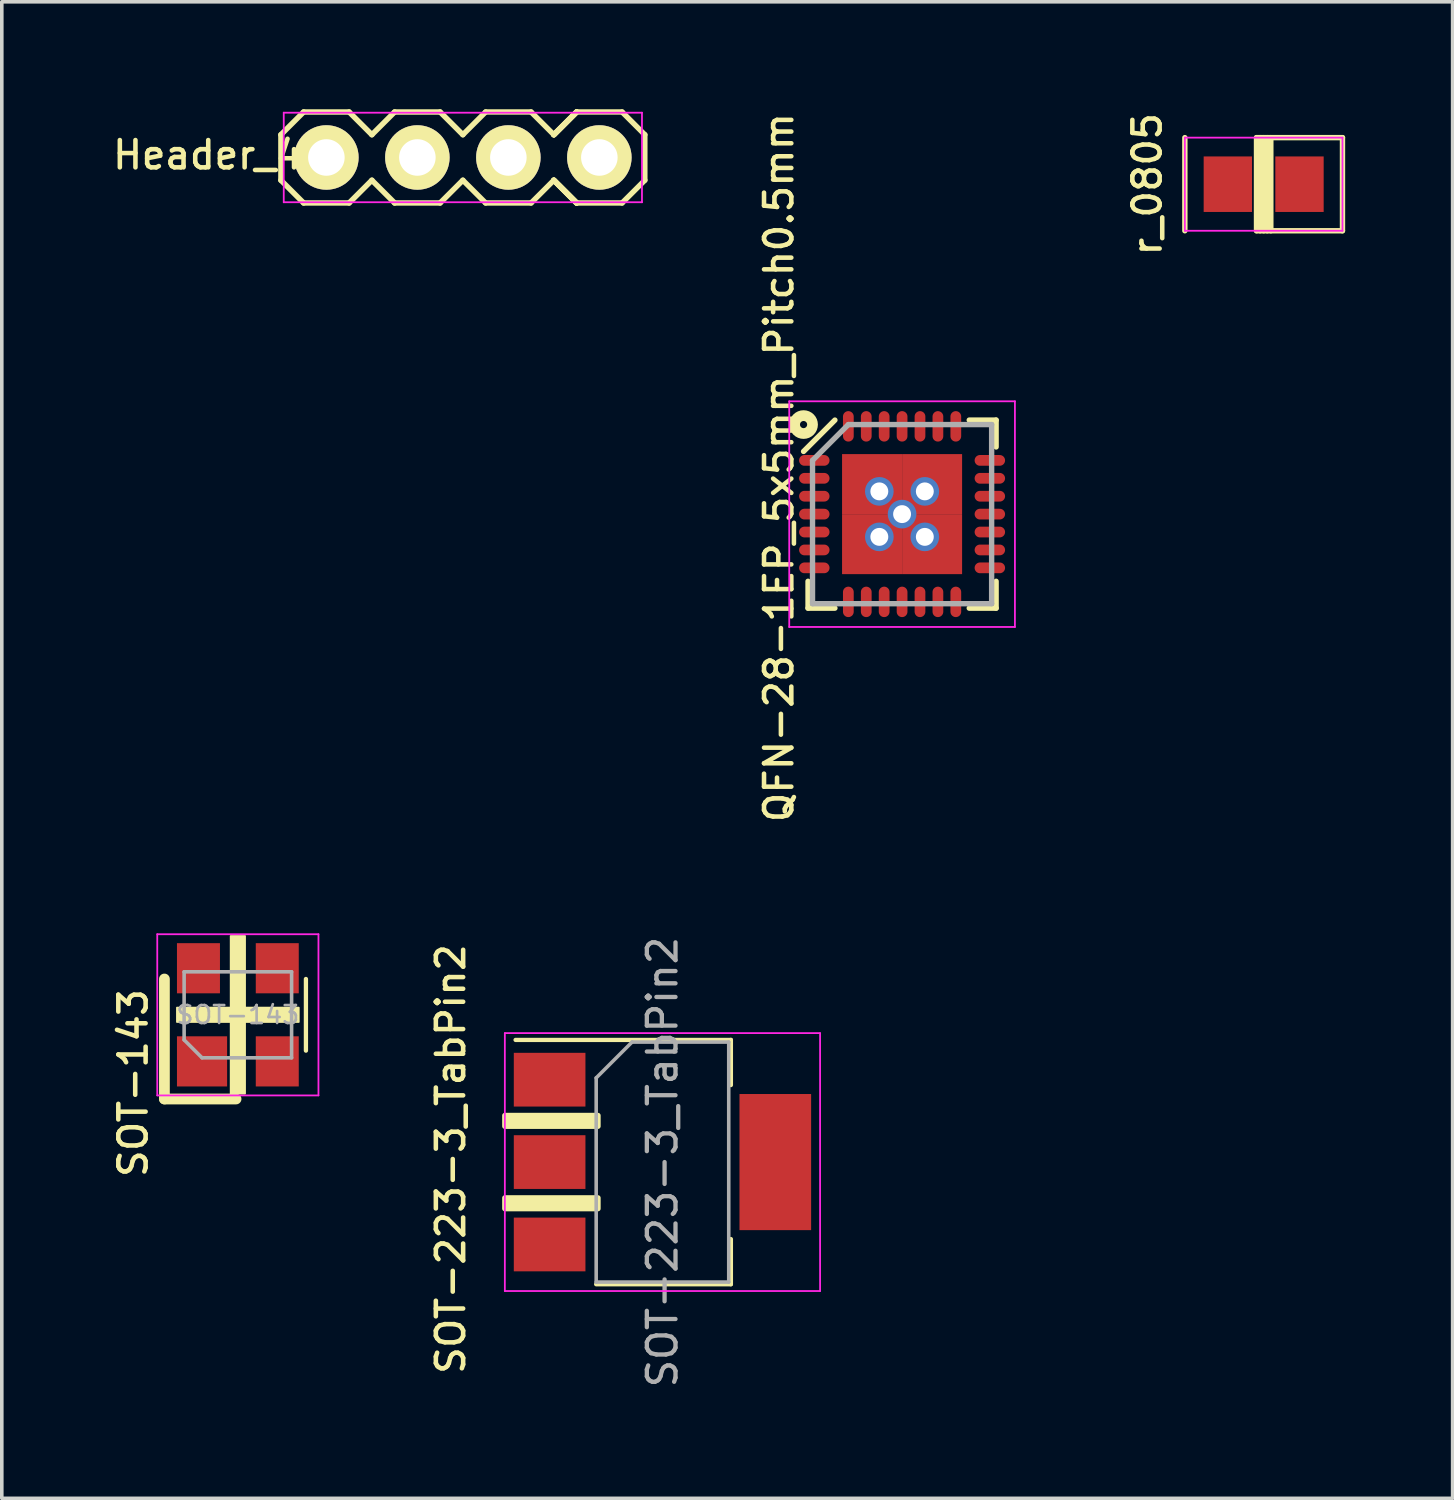
<source format=kicad_pcb>
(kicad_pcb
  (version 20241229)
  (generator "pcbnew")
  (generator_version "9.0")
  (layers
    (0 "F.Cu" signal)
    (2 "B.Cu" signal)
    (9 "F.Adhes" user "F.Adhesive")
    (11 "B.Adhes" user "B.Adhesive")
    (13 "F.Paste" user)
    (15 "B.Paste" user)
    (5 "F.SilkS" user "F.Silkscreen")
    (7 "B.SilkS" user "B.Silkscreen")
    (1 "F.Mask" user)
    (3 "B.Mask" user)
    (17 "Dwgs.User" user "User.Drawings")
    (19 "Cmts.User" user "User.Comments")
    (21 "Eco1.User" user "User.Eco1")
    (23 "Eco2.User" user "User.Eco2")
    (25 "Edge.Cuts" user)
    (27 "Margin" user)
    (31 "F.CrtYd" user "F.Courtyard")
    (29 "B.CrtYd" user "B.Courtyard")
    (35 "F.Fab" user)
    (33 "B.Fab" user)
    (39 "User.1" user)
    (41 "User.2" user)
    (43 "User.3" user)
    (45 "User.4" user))
  (footprint "r_0805"
    (layer "F.Cu")
    (at 32.226 2.092)
    (property "Reference" "r_0805" (at -3.25 0 270) (layer "F.SilkS") (effects (font (size 0.762 0.762) (thickness 0.127))))
    (attr smd)
    (fp_line (start -2.2 1.3) (end -2.2 -1.3) (stroke (width 0.15) (type solid)) (layer "F.SilkS"))
    (fp_line (start -0.2 1.3) (end -0.2 -1.3) (stroke (width 0.15) (type solid)) (layer "F.SilkS"))
    (fp_line (start -0.2 1.3) (end 2.2 1.3) (stroke (width 0.15) (type solid)) (layer "F.SilkS"))
    (fp_line (start -0.1 -1.3) (end -0.1 1.3) (stroke (width 0.15) (type solid)) (layer "F.SilkS"))
    (fp_line (start 0 -1.3) (end 0 1.3) (stroke (width 0.15) (type solid)) (layer "F.SilkS"))
    (fp_line (start 0.1 1.3) (end 0.1 -1.3) (stroke (width 0.15) (type solid)) (layer "F.SilkS"))
    (fp_line (start 0.2 -1.3) (end 0.2 1.3) (stroke (width 0.15) (type solid)) (layer "F.SilkS"))
    (fp_line (start 2.2 -1.3) (end -0.2 -1.3) (stroke (width 0.15) (type solid)) (layer "F.SilkS"))
    (fp_line (start 2.2 1.3) (end 2.2 -1.3) (stroke (width 0.15) (type solid)) (layer "F.SilkS"))
    (fp_line (start -2.2 -1.3) (end 2.2 -1.3) (stroke (width 0.05) (type solid)) (layer "F.CrtYd"))
    (fp_line (start -2.2 1.3) (end -2.2 -1.3) (stroke (width 0.05) (type solid)) (layer "F.CrtYd"))
    (fp_line (start 2.2 -1.3) (end 2.2 1.3) (stroke (width 0.05) (type solid)) (layer "F.CrtYd"))
    (fp_line (start 2.2 1.3) (end -2.2 1.3) (stroke (width 0.05) (type solid)) (layer "F.CrtYd"))
    (pad "1" smd rect (at 1 0) (size 1.35 1.55) (layers "F.Cu" "F.Mask" "F.Paste"))
    (pad "2" smd rect (at -1 0) (size 1.35 1.55) (layers "F.Cu" "F.Mask" "F.Paste")))
  (footprint "SOT-143"
    (layer "F.Cu")
    (at 3.59 25.279)
    (property "Reference" "SOT-143" (at -2.921 1.905 90) (layer "F.SilkS") (effects (font (size 0.762 0.762) (thickness 0.127))))
    (attr smd)
    (fp_line (start -2.05 -1) (end -2.05 2.35) (stroke (width 0.3) (type solid)) (layer "F.SilkS"))
    (fp_line (start -2.05 2.35) (end -0.05 2.35) (stroke (width 0.3) (type solid)) (layer "F.SilkS"))
    (fp_line (start 1.9 1) (end 1.9 -1) (stroke (width 0.12) (type solid)) (layer "F.SilkS"))
    (fp_poly (pts (xy -1.7 -0.2) (xy -1.7 0.2) (xy -0.2 0.2) (xy -0.2 2.2) (xy 0.2 2.2) (xy 0.2 0.2) (xy 1.7 0.2) (xy 1.7 -0.2) (xy 0.2 -0.2) (xy 0.2 -2.2) (xy -0.2 -2.2) (xy -0.2 -0.2)) (stroke (width 0.05) (type solid)) (fill yes) (layer "F.SilkS"))
    (fp_line (start -2.25 -2.25) (end -2.25 2.25) (stroke (width 0.05) (type solid)) (layer "F.CrtYd"))
    (fp_line (start -2.25 -2.25) (end 2.25 -2.25) (stroke (width 0.05) (type solid)) (layer "F.CrtYd"))
    (fp_line (start 2.25 2.25) (end -2.25 2.25) (stroke (width 0.05) (type solid)) (layer "F.CrtYd"))
    (fp_line (start 2.25 2.25) (end 2.25 -2.25) (stroke (width 0.05) (type solid)) (layer "F.CrtYd"))
    (fp_line (start -1.5 -1.2) (end 1.5 -1.2) (stroke (width 0.1) (type solid)) (layer "F.Fab"))
    (fp_line (start -1.5 0.7) (end -1.5 -1.2) (stroke (width 0.1) (type solid)) (layer "F.Fab"))
    (fp_line (start -1 1.2) (end -1.5 0.7) (stroke (width 0.1) (type solid)) (layer "F.Fab"))
    (fp_line (start 1.5 -1.2) (end 1.5 1.2) (stroke (width 0.1) (type solid)) (layer "F.Fab"))
    (fp_line (start 1.5 1.2) (end -1 1.2) (stroke (width 0.1) (type solid)) (layer "F.Fab"))
    (fp_text user "${REFERENCE}" (at 0 0 180) (layer "F.Fab") (effects (font (size 0.5 0.5) (thickness 0.075))))
    (pad "1" smd rect (at -1 1.3) (size 1.4 1.4) (layers "F.Cu" "F.Mask" "F.Paste"))
    (pad "2" smd rect (at 1.1 1.3) (size 1.2 1.4) (layers "F.Cu" "F.Mask" "F.Paste"))
    (pad "3" smd rect (at 1.1 -1.3) (size 1.2 1.4) (layers "F.Cu" "F.Mask" "F.Paste"))
    (pad "4" smd rect (at -1.1 -1.3) (size 1.2 1.4) (layers "F.Cu" "F.Mask" "F.Paste")))
  (footprint "QFN-28-1EP_5x5mm_Pitch0.5mm"
    (layer "F.Cu")
    (at 22.132 11.302)
    (property "Reference" "QFN-28-1EP_5x5mm_Pitch0.5mm" (at -3.438 -1.3 90) (layer "F.SilkS") (effects (font (size 0.762 0.762) (thickness 0.127))))
    (attr smd)
    (fp_line (start -2.75 -1.75) (end -1.875 -2.625) (stroke (width 0.15) (type solid)) (layer "F.SilkS"))
    (fp_line (start -2.625 2.625) (end -2.625 1.875) (stroke (width 0.15) (type solid)) (layer "F.SilkS"))
    (fp_line (start -2.625 2.625) (end -1.875 2.625) (stroke (width 0.15) (type solid)) (layer "F.SilkS"))
    (fp_line (start 2.625 -2.625) (end 1.875 -2.625) (stroke (width 0.15) (type solid)) (layer "F.SilkS"))
    (fp_line (start 2.625 -2.625) (end 2.625 -1.875) (stroke (width 0.15) (type solid)) (layer "F.SilkS"))
    (fp_line (start 2.625 2.625) (end 1.875 2.625) (stroke (width 0.15) (type solid)) (layer "F.SilkS"))
    (fp_line (start 2.625 2.625) (end 2.625 1.875) (stroke (width 0.15) (type solid)) (layer "F.SilkS"))
    (fp_circle (center -2.75 -2.5) (end -2.5 -2.5) (stroke (width 0.3) (type solid)) (fill no) (layer "F.SilkS"))
    (fp_line (start -3.15 -3.15) (end -3.15 3.15) (stroke (width 0.05) (type solid)) (layer "F.CrtYd"))
    (fp_line (start -3.15 -3.15) (end 3.15 -3.15) (stroke (width 0.05) (type solid)) (layer "F.CrtYd"))
    (fp_line (start -3.15 3.15) (end 3.15 3.15) (stroke (width 0.05) (type solid)) (layer "F.CrtYd"))
    (fp_line (start 3.15 -3.15) (end 3.15 3.15) (stroke (width 0.05) (type solid)) (layer "F.CrtYd"))
    (fp_line (start -2.5 -1.5) (end -1.5 -2.5) (stroke (width 0.15) (type solid)) (layer "F.Fab"))
    (fp_line (start -2.5 2.5) (end -2.5 -1.5) (stroke (width 0.15) (type solid)) (layer "F.Fab"))
    (fp_line (start -1.5 -2.5) (end 2.5 -2.5) (stroke (width 0.15) (type solid)) (layer "F.Fab"))
    (fp_line (start 2.5 -2.5) (end 2.5 2.5) (stroke (width 0.15) (type solid)) (layer "F.Fab"))
    (fp_line (start 2.5 2.5) (end -2.5 2.5) (stroke (width 0.15) (type solid)) (layer "F.Fab"))
    (pad "1" smd oval (at -2.45 -1.5) (size 0.85 0.3) (layers "F.Cu" "F.Mask" "F.Paste"))
    (pad "2" smd oval (at -2.45 -1) (size 0.85 0.3) (layers "F.Cu" "F.Mask" "F.Paste"))
    (pad "3" smd oval (at -2.45 -0.5) (size 0.85 0.3) (layers "F.Cu" "F.Mask" "F.Paste"))
    (pad "4" smd oval (at -2.45 0) (size 0.85 0.3) (layers "F.Cu" "F.Mask" "F.Paste"))
    (pad "5" smd oval (at -2.45 0.5) (size 0.85 0.3) (layers "F.Cu" "F.Mask" "F.Paste"))
    (pad "6" smd oval (at -2.45 1) (size 0.85 0.3) (layers "F.Cu" "F.Mask" "F.Paste"))
    (pad "7" smd oval (at -2.45 1.5) (size 0.85 0.3) (layers "F.Cu" "F.Mask" "F.Paste"))
    (pad "8" smd oval (at -1.5 2.45 90) (size 0.85 0.3) (layers "F.Cu" "F.Mask" "F.Paste"))
    (pad "9" smd oval (at -1 2.45 90) (size 0.85 0.3) (layers "F.Cu" "F.Mask" "F.Paste"))
    (pad "10" smd oval (at -0.5 2.45 90) (size 0.85 0.3) (layers "F.Cu" "F.Mask" "F.Paste"))
    (pad "11" smd oval (at 0 2.45 90) (size 0.85 0.3) (layers "F.Cu" "F.Mask" "F.Paste"))
    (pad "12" smd oval (at 0.5 2.45 90) (size 0.85 0.3) (layers "F.Cu" "F.Mask" "F.Paste"))
    (pad "13" smd oval (at 1 2.45 90) (size 0.85 0.3) (layers "F.Cu" "F.Mask" "F.Paste"))
    (pad "14" smd oval (at 1.5 2.45 90) (size 0.85 0.3) (layers "F.Cu" "F.Mask" "F.Paste"))
    (pad "15" smd oval (at 2.45 1.5) (size 0.85 0.3) (layers "F.Cu" "F.Mask" "F.Paste"))
    (pad "16" smd oval (at 2.45 1) (size 0.85 0.3) (layers "F.Cu" "F.Mask" "F.Paste"))
    (pad "17" smd oval (at 2.45 0.5) (size 0.85 0.3) (layers "F.Cu" "F.Mask" "F.Paste"))
    (pad "18" smd oval (at 2.45 0) (size 0.85 0.3) (layers "F.Cu" "F.Mask" "F.Paste"))
    (pad "19" smd oval (at 2.45 -0.5) (size 0.85 0.3) (layers "F.Cu" "F.Mask" "F.Paste"))
    (pad "20" smd oval (at 2.45 -1) (size 0.85 0.3) (layers "F.Cu" "F.Mask" "F.Paste"))
    (pad "21" smd oval (at 2.45 -1.5) (size 0.85 0.3) (layers "F.Cu" "F.Mask" "F.Paste"))
    (pad "22" smd oval (at 1.5 -2.45 90) (size 0.85 0.3) (layers "F.Cu" "F.Mask" "F.Paste"))
    (pad "23" smd oval (at 1 -2.45 90) (size 0.85 0.3) (layers "F.Cu" "F.Mask" "F.Paste"))
    (pad "24" smd oval (at 0.5 -2.45 90) (size 0.85 0.3) (layers "F.Cu" "F.Mask" "F.Paste"))
    (pad "25" smd oval (at 0 -2.45 90) (size 0.85 0.3) (layers "F.Cu" "F.Mask" "F.Paste"))
    (pad "26" smd oval (at -0.5 -2.45 90) (size 0.85 0.3) (layers "F.Cu" "F.Mask" "F.Paste"))
    (pad "27" smd oval (at -1 -2.45 90) (size 0.85 0.3) (layers "F.Cu" "F.Mask" "F.Paste"))
    (pad "28" smd oval (at -1.5 -2.45 90) (size 0.85 0.3) (layers "F.Cu" "F.Mask" "F.Paste"))
    (pad "29" smd rect (at -0.838 -0.838) (size 1.675 1.675) (layers "F.Cu" "F.Mask" "F.Paste"))
    (pad "29" smd rect (at -0.838 0.838) (size 1.675 1.675) (layers "F.Cu" "F.Mask" "F.Paste"))
    (pad "29" thru_hole circle (at -0.635 -0.635) (size 0.8 0.8) (drill 0.5) (layers "*.Cu" "*.Mask"))
    (pad "29" thru_hole circle (at -0.635 0.635) (size 0.8 0.8) (drill 0.5) (layers "*.Cu" "*.Mask"))
    (pad "29" thru_hole circle (at 0 0) (size 0.8 0.8) (drill 0.5) (layers "*.Cu" "*.Mask"))
    (pad "29" thru_hole circle (at 0.635 -0.635) (size 0.8 0.8) (drill 0.5) (layers "*.Cu" "*.Mask"))
    (pad "29" thru_hole circle (at 0.635 0.635) (size 0.8 0.8) (drill 0.5) (layers "*.Cu" "*.Mask"))
    (pad "29" smd rect (at 0.838 -0.838) (size 1.675 1.675) (layers "F.Cu" "F.Mask" "F.Paste"))
    (pad "29" smd rect (at 0.838 0.838) (size 1.675 1.675) (layers "F.Cu" "F.Mask" "F.Paste")))
  (footprint "Header_4x1"
    (layer "F.Cu")
    (at 9.871 1.346)
    (property "Reference" "Header_4x1" (at -6.455 -0.07 0) (layer "F.SilkS") (effects (font (size 0.762 0.762) (thickness 0.127))))
    (attr smd)
    (fp_line (start -5.08 -0.635) (end -5.08 0.635) (stroke (width 0.15) (type solid)) (layer "F.SilkS"))
    (fp_line (start -5.08 0.635) (end -4.445 1.27) (stroke (width 0.152) (type solid)) (layer "F.SilkS"))
    (fp_line (start -4.445 -1.27) (end -5.08 -0.635) (stroke (width 0.152) (type solid)) (layer "F.SilkS"))
    (fp_line (start -4.445 1.27) (end -3.175 1.27) (stroke (width 0.152) (type solid)) (layer "F.SilkS"))
    (fp_line (start -3.175 -1.27) (end -4.445 -1.27) (stroke (width 0.152) (type solid)) (layer "F.SilkS"))
    (fp_line (start -3.175 1.27) (end -2.54 0.635) (stroke (width 0.152) (type solid)) (layer "F.SilkS"))
    (fp_line (start -2.54 -0.635) (end -3.175 -1.27) (stroke (width 0.152) (type solid)) (layer "F.SilkS"))
    (fp_line (start -2.54 0.635) (end -1.905 1.27) (stroke (width 0.152) (type solid)) (layer "F.SilkS"))
    (fp_line (start -1.905 -1.27) (end -2.54 -0.635) (stroke (width 0.152) (type solid)) (layer "F.SilkS"))
    (fp_line (start -1.905 1.27) (end -0.635 1.27) (stroke (width 0.152) (type solid)) (layer "F.SilkS"))
    (fp_line (start -0.635 -1.27) (end -1.905 -1.27) (stroke (width 0.152) (type solid)) (layer "F.SilkS"))
    (fp_line (start -0.635 1.27) (end 0 0.635) (stroke (width 0.152) (type solid)) (layer "F.SilkS"))
    (fp_line (start 0 -0.635) (end -0.635 -1.27) (stroke (width 0.152) (type solid)) (layer "F.SilkS"))
    (fp_line (start 0 -0.635) (end 0.635 -1.27) (stroke (width 0.15) (type solid)) (layer "F.SilkS"))
    (fp_line (start 0.635 -1.27) (end 1.905 -1.27) (stroke (width 0.15) (type solid)) (layer "F.SilkS"))
    (fp_line (start 0.635 1.27) (end 0 0.635) (stroke (width 0.15) (type solid)) (layer "F.SilkS"))
    (fp_line (start 1.905 -1.27) (end 2.54 -0.635) (stroke (width 0.15) (type solid)) (layer "F.SilkS"))
    (fp_line (start 1.905 1.27) (end 0.635 1.27) (stroke (width 0.15) (type solid)) (layer "F.SilkS"))
    (fp_line (start 2.54 0.635) (end 1.905 1.27) (stroke (width 0.15) (type solid)) (layer "F.SilkS"))
    (fp_line (start 2.54 0.635) (end 3.175 1.27) (stroke (width 0.152) (type solid)) (layer "F.SilkS"))
    (fp_line (start 2.54 0.635) (end 3.175 1.27) (stroke (width 0.152) (type solid)) (layer "F.SilkS"))
    (fp_line (start 2.54 0.635) (end 3.175 1.27) (stroke (width 0.152) (type solid)) (layer "F.SilkS"))
    (fp_line (start 2.54 0.635) (end 3.175 1.27) (stroke (width 0.152) (type solid)) (layer "F.SilkS"))
    (fp_line (start 3.175 -1.27) (end 2.54 -0.635) (stroke (width 0.152) (type solid)) (layer "F.SilkS"))
    (fp_line (start 3.175 -1.27) (end 2.54 -0.635) (stroke (width 0.152) (type solid)) (layer "F.SilkS"))
    (fp_line (start 3.175 -1.27) (end 2.54 -0.635) (stroke (width 0.152) (type solid)) (layer "F.SilkS"))
    (fp_line (start 3.175 -1.27) (end 2.54 -0.635) (stroke (width 0.152) (type solid)) (layer "F.SilkS"))
    (fp_line (start 3.175 -1.27) (end 4.445 -1.27) (stroke (width 0.15) (type solid)) (layer "F.SilkS"))
    (fp_line (start 4.445 -1.27) (end 5.08 -0.635) (stroke (width 0.15) (type solid)) (layer "F.SilkS"))
    (fp_line (start 4.445 1.27) (end 3.175 1.27) (stroke (width 0.15) (type solid)) (layer "F.SilkS"))
    (fp_line (start 5.08 -0.635) (end 5.08 0.635) (stroke (width 0.15) (type solid)) (layer "F.SilkS"))
    (fp_line (start 5.08 0.635) (end 4.445 1.27) (stroke (width 0.15) (type solid)) (layer "F.SilkS"))
    (fp_line (start -5 -1.25) (end 5 -1.25) (stroke (width 0.05) (type solid)) (layer "F.CrtYd"))
    (fp_line (start -5 1.25) (end -5 -1.25) (stroke (width 0.05) (type solid)) (layer "F.CrtYd"))
    (fp_line (start 5 -1.25) (end 5 1.25) (stroke (width 0.05) (type solid)) (layer "F.CrtYd"))
    (fp_line (start 5 1.25) (end -5 1.25) (stroke (width 0.05) (type solid)) (layer "F.CrtYd"))
    (pad "1" thru_hole circle (at -3.81 0) (size 1.8 1.8) (drill 1.02) (layers "*.Cu" "*.Mask" "F.SilkS"))
    (pad "2" thru_hole circle (at -1.27 0) (size 1.8 1.8) (drill 1.02) (layers "*.Cu" "*.Mask" "F.SilkS"))
    (pad "3" thru_hole circle (at 1.27 0) (size 1.8 1.8) (drill 1.02) (layers "*.Cu" "*.Mask" "F.SilkS"))
    (pad "4" thru_hole circle (at 3.81 0) (size 1.8 1.8) (drill 1.02) (layers "*.Cu" "*.Mask" "F.SilkS")))
  (footprint "SOT-223-3_TabPin2"
    (layer "F.Cu")
    (at 15.443 29.39)
    (property "Reference" "SOT-223-3_TabPin2" (at -5.91 -0.085 270) (layer "F.SilkS") (effects (font (size 0.762 0.762) (thickness 0.127))))
    (attr smd)
    (fp_line (start -4.1 -3.41) (end 1.91 -3.41) (stroke (width 0.12) (type solid)) (layer "F.SilkS"))
    (fp_line (start -1.85 3.41) (end 1.91 3.41) (stroke (width 0.12) (type solid)) (layer "F.SilkS"))
    (fp_line (start 1.91 -3.41) (end 1.91 -2.15) (stroke (width 0.12) (type solid)) (layer "F.SilkS"))
    (fp_line (start 1.91 3.41) (end 1.91 2.15) (stroke (width 0.12) (type solid)) (layer "F.SilkS"))
    (fp_poly (pts (xy -4.4 -1.3) (xy -1.8 -1.3) (xy -1.8 -1) (xy -4.4 -1)) (stroke (width 0.15) (type solid)) (fill yes) (layer "F.SilkS"))
    (fp_poly (pts (xy -4.4 1) (xy -1.8 1) (xy -1.8 1.3) (xy -4.4 1.3)) (stroke (width 0.15) (type solid)) (fill yes) (layer "F.SilkS"))
    (fp_line (start -4.4 -3.6) (end -4.4 3.6) (stroke (width 0.05) (type solid)) (layer "F.CrtYd"))
    (fp_line (start -4.4 3.6) (end 4.4 3.6) (stroke (width 0.05) (type solid)) (layer "F.CrtYd"))
    (fp_line (start 4.4 -3.6) (end -4.4 -3.6) (stroke (width 0.05) (type solid)) (layer "F.CrtYd"))
    (fp_line (start 4.4 3.6) (end 4.4 -3.6) (stroke (width 0.05) (type solid)) (layer "F.CrtYd"))
    (fp_line (start -1.85 -2.35) (end -1.85 3.35) (stroke (width 0.1) (type solid)) (layer "F.Fab"))
    (fp_line (start -1.85 -2.35) (end -0.85 -3.35) (stroke (width 0.1) (type solid)) (layer "F.Fab"))
    (fp_line (start -1.85 3.35) (end 1.85 3.35) (stroke (width 0.1) (type solid)) (layer "F.Fab"))
    (fp_line (start -0.85 -3.35) (end 1.85 -3.35) (stroke (width 0.1) (type solid)) (layer "F.Fab"))
    (fp_line (start 1.85 -3.35) (end 1.85 3.35) (stroke (width 0.1) (type solid)) (layer "F.Fab"))
    (fp_text user "${REFERENCE}" (at 0 0 90) (layer "F.Fab") (effects (font (size 0.8 0.8) (thickness 0.12))))
    (pad "1" smd rect (at -3.15 -2.3) (size 2 1.5) (layers "F.Cu" "F.Mask" "F.Paste"))
    (pad "2" smd rect (at -3.15 0) (size 2 1.5) (layers "F.Cu" "F.Mask" "F.Paste"))
    (pad "2" smd rect (at 3.15 0) (size 2 3.8) (layers "F.Cu" "F.Mask" "F.Paste"))
    (pad "3" smd rect (at -3.15 2.3) (size 2 1.5) (layers "F.Cu" "F.Mask" "F.Paste")))
  (gr_rect
    (start -3 -3)
    (end 37.501 38.776)
    (stroke (width 0.1) (type default))
    (fill no)
    (layer "Edge.Cuts")))
</source>
